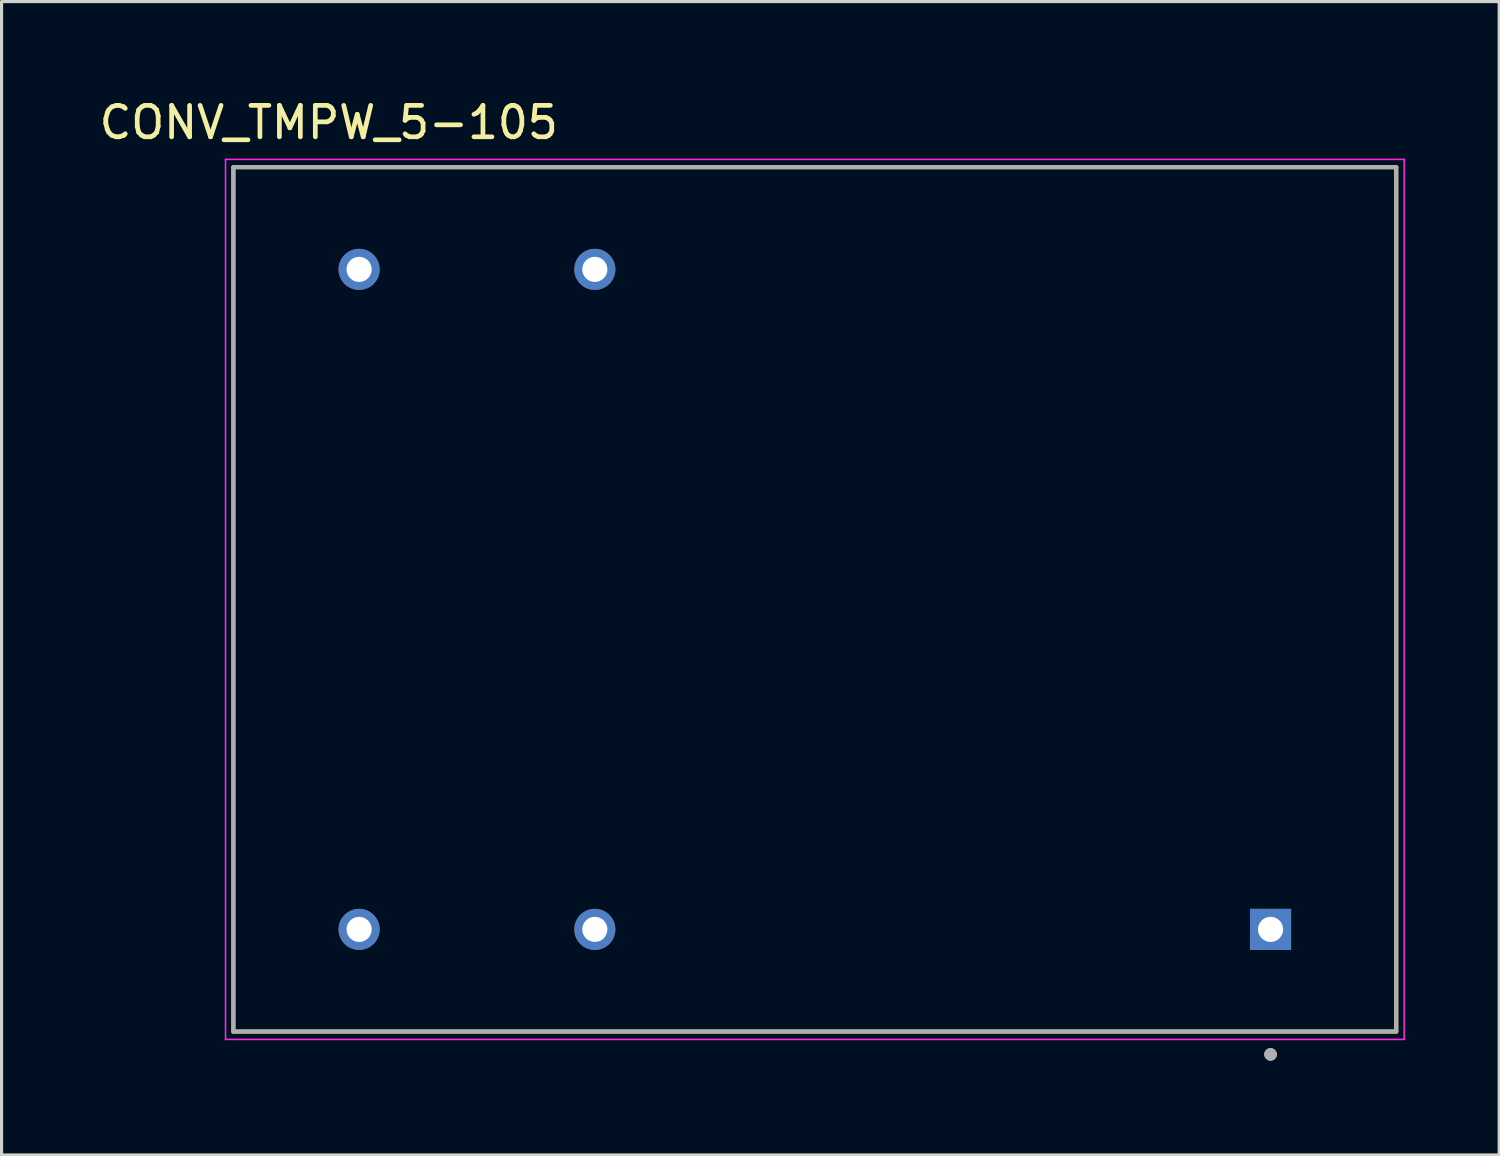
<source format=kicad_pcb>
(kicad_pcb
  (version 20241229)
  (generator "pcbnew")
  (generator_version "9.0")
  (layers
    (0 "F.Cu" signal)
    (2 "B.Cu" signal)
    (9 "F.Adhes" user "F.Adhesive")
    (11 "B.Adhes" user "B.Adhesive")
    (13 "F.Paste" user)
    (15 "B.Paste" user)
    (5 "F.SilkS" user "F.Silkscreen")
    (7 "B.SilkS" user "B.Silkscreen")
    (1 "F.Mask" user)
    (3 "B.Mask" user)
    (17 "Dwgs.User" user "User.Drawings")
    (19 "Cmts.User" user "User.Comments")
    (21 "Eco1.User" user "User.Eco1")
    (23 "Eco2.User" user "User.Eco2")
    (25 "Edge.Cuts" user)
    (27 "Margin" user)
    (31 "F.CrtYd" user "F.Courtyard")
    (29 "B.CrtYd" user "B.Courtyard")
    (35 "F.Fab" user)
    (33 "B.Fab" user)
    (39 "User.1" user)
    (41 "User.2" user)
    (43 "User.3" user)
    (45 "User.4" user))
  (footprint "CONV_TMPW_5-105"
    (layer "F.Cu")
    (at 22.876 16.021)
    (property "Reference" "CONV_TMPW_5-105" (at -15.465 -15.173 0) (layer "F.SilkS") (effects (font (size 1 1) (thickness 0.15))))
    (attr through_hole)
    (fp_line (start -18.5 13.75) (end -18.5 -13.75) (stroke (width 0.127) (type solid)) (layer "F.SilkS"))
    (fp_line (start 18.5 -13.75) (end -18.5 -13.75) (stroke (width 0.127) (type solid)) (layer "F.SilkS"))
    (fp_line (start 18.5 13.75) (end -18.5 13.75) (stroke (width 0.127) (type solid)) (layer "F.SilkS"))
    (fp_line (start 18.5 13.75) (end 18.5 -13.75) (stroke (width 0.127) (type solid)) (layer "F.SilkS"))
    (fp_circle (center 14.5 14.478) (end 14.6 14.478) (stroke (width 0.2) (type solid)) (fill no) (layer "F.SilkS"))
    (fp_line (start -18.75 14) (end -18.75 -14) (stroke (width 0.05) (type solid)) (layer "F.CrtYd"))
    (fp_line (start 18.75 -14) (end -18.75 -14) (stroke (width 0.05) (type solid)) (layer "F.CrtYd"))
    (fp_line (start 18.75 14) (end -18.75 14) (stroke (width 0.05) (type solid)) (layer "F.CrtYd"))
    (fp_line (start 18.75 14) (end 18.75 -14) (stroke (width 0.05) (type solid)) (layer "F.CrtYd"))
    (fp_line (start -18.5 13.75) (end -18.5 -13.75) (stroke (width 0.127) (type solid)) (layer "F.Fab"))
    (fp_line (start 18.5 -13.75) (end -18.5 -13.75) (stroke (width 0.127) (type solid)) (layer "F.Fab"))
    (fp_line (start 18.5 13.75) (end -18.5 13.75) (stroke (width 0.127) (type solid)) (layer "F.Fab"))
    (fp_line (start 18.5 13.75) (end 18.5 -13.75) (stroke (width 0.127) (type solid)) (layer "F.Fab"))
    (fp_circle (center 14.5 14.478) (end 14.6 14.478) (stroke (width 0.2) (type solid)) (fill no) (layer "F.Fab"))
    (pad "1" thru_hole rect (at 14.5 10.5) (size 1.308 1.308) (drill 0.8) (layers "*.Cu" "*.Mask"))
    (pad "2" thru_hole circle (at -7 10.5) (size 1.308 1.308) (drill 0.8) (layers "*.Cu" "*.Mask"))
    (pad "3" thru_hole circle (at -14.5 10.5) (size 1.308 1.308) (drill 0.8) (layers "*.Cu" "*.Mask"))
    (pad "4" thru_hole circle (at -14.5 -10.5) (size 1.308 1.308) (drill 0.8) (layers "*.Cu" "*.Mask"))
    (pad "5" thru_hole circle (at -7 -10.5) (size 1.308 1.308) (drill 0.8) (layers "*.Cu" "*.Mask")))
  (gr_rect
    (start -3 -3)
    (end 44.651 33.699)
    (stroke (width 0.1) (type default))
    (fill no)
    (layer "Edge.Cuts")))
</source>
